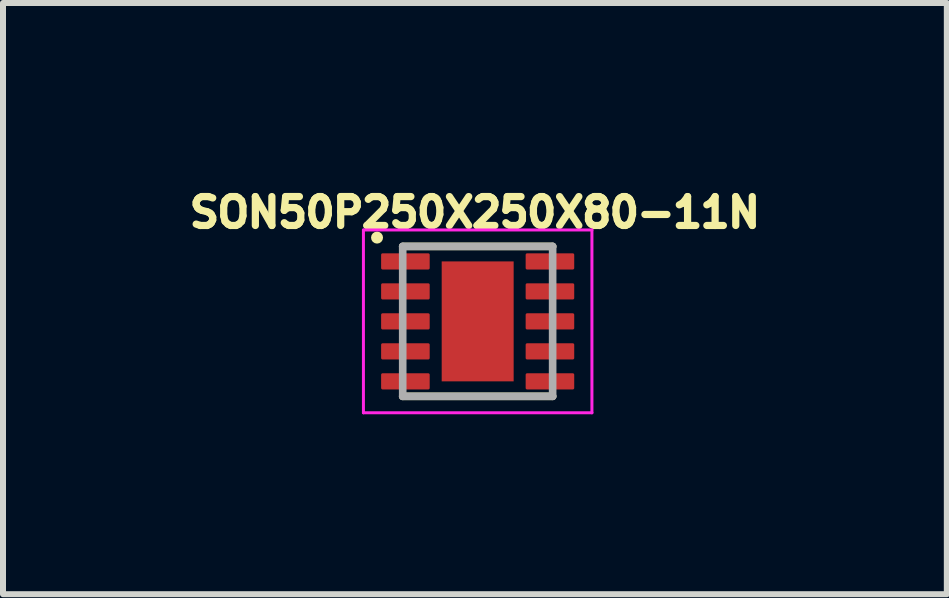
<source format=kicad_pcb>
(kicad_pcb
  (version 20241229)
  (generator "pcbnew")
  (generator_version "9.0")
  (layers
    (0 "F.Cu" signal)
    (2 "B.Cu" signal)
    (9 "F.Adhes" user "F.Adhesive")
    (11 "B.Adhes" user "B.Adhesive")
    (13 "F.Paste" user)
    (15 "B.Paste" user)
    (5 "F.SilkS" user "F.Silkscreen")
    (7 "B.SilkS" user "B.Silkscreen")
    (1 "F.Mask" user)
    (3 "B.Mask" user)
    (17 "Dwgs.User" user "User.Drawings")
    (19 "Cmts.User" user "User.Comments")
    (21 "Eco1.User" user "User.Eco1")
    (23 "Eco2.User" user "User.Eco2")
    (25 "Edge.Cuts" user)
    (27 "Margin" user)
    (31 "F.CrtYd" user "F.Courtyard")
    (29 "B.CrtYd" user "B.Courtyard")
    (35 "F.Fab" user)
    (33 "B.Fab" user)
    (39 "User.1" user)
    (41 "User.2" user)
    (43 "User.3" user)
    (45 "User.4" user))
  (footprint "SON50P250X250X80-11N"
    (layer "F.Cu")
    (at 4.915 2.309)
    (property "Reference" "SON50P250X250X80-11N" (at -0.046 -1.816 0) (layer "F.SilkS") (effects (font (size 0.482 0.482) (thickness 0.15))))
    (attr smd)
    (fp_line (start 1.25 -1.25) (end -1.25 -1.25) (stroke (width 0.127) (type solid)) (layer "F.SilkS"))
    (fp_line (start 1.25 1.25) (end -1.25 1.25) (stroke (width 0.127) (type solid)) (layer "F.SilkS"))
    (fp_circle (center -1.678 -1.397) (end -1.628 -1.397) (stroke (width 0.1) (type solid)) (fill no) (layer "F.SilkS"))
    (fp_poly (pts (xy -0.381 -0.63) (xy 0.38 -0.63) (xy 0.38 0.632) (xy -0.381 0.632)) (stroke (width 0.01) (type solid)) (fill yes) (layer "F.Paste"))
    (fp_line (start -1.905 -1.524) (end 1.905 -1.524) (stroke (width 0.05) (type solid)) (layer "F.CrtYd"))
    (fp_line (start -1.905 1.524) (end -1.905 -1.524) (stroke (width 0.05) (type solid)) (layer "F.CrtYd"))
    (fp_line (start 1.905 -1.524) (end 1.905 1.524) (stroke (width 0.05) (type solid)) (layer "F.CrtYd"))
    (fp_line (start 1.905 1.524) (end -1.905 1.524) (stroke (width 0.05) (type solid)) (layer "F.CrtYd"))
    (fp_line (start -1.25 -1.25) (end 1.25 -1.25) (stroke (width 0.127) (type solid)) (layer "F.Fab"))
    (fp_line (start -1.25 1.25) (end -1.25 -1.25) (stroke (width 0.127) (type solid)) (layer "F.Fab"))
    (fp_line (start 1.25 -1.25) (end 1.25 1.25) (stroke (width 0.127) (type solid)) (layer "F.Fab"))
    (fp_line (start 1.25 1.25) (end -1.25 1.25) (stroke (width 0.127) (type solid)) (layer "F.Fab"))
    (pad "1" smd roundrect (at -1.205 -1) (size 0.81 0.27) (layers "F.Cu" "F.Mask" "F.Paste") (roundrect_rratio 0.09))
    (pad "2" smd roundrect (at -1.205 -0.5) (size 0.81 0.27) (layers "F.Cu" "F.Mask" "F.Paste") (roundrect_rratio 0.09))
    (pad "3" smd roundrect (at -1.205 0) (size 0.81 0.27) (layers "F.Cu" "F.Mask" "F.Paste") (roundrect_rratio 0.09))
    (pad "4" smd roundrect (at -1.205 0.5) (size 0.81 0.27) (layers "F.Cu" "F.Mask" "F.Paste") (roundrect_rratio 0.09))
    (pad "5" smd roundrect (at -1.205 1) (size 0.81 0.27) (layers "F.Cu" "F.Mask" "F.Paste") (roundrect_rratio 0.09))
    (pad "6" smd roundrect (at 1.205 1) (size 0.81 0.27) (layers "F.Cu" "F.Mask" "F.Paste") (roundrect_rratio 0.09))
    (pad "7" smd roundrect (at 1.205 0.5) (size 0.81 0.27) (layers "F.Cu" "F.Mask" "F.Paste") (roundrect_rratio 0.09))
    (pad "8" smd roundrect (at 1.205 0) (size 0.81 0.27) (layers "F.Cu" "F.Mask" "F.Paste") (roundrect_rratio 0.09))
    (pad "9" smd roundrect (at 1.205 -0.5) (size 0.81 0.27) (layers "F.Cu" "F.Mask" "F.Paste") (roundrect_rratio 0.09))
    (pad "10" smd roundrect (at 1.205 -1) (size 0.81 0.27) (layers "F.Cu" "F.Mask" "F.Paste") (roundrect_rratio 0.09))
    (pad "11" smd rect (at 0 0) (size 1.2 2) (layers "F.Cu" "F.Mask")))
  (gr_rect
    (start -3 -3)
    (end 12.738 6.858)
    (stroke (width 0.1) (type default))
    (fill no)
    (layer "Edge.Cuts")))
</source>
